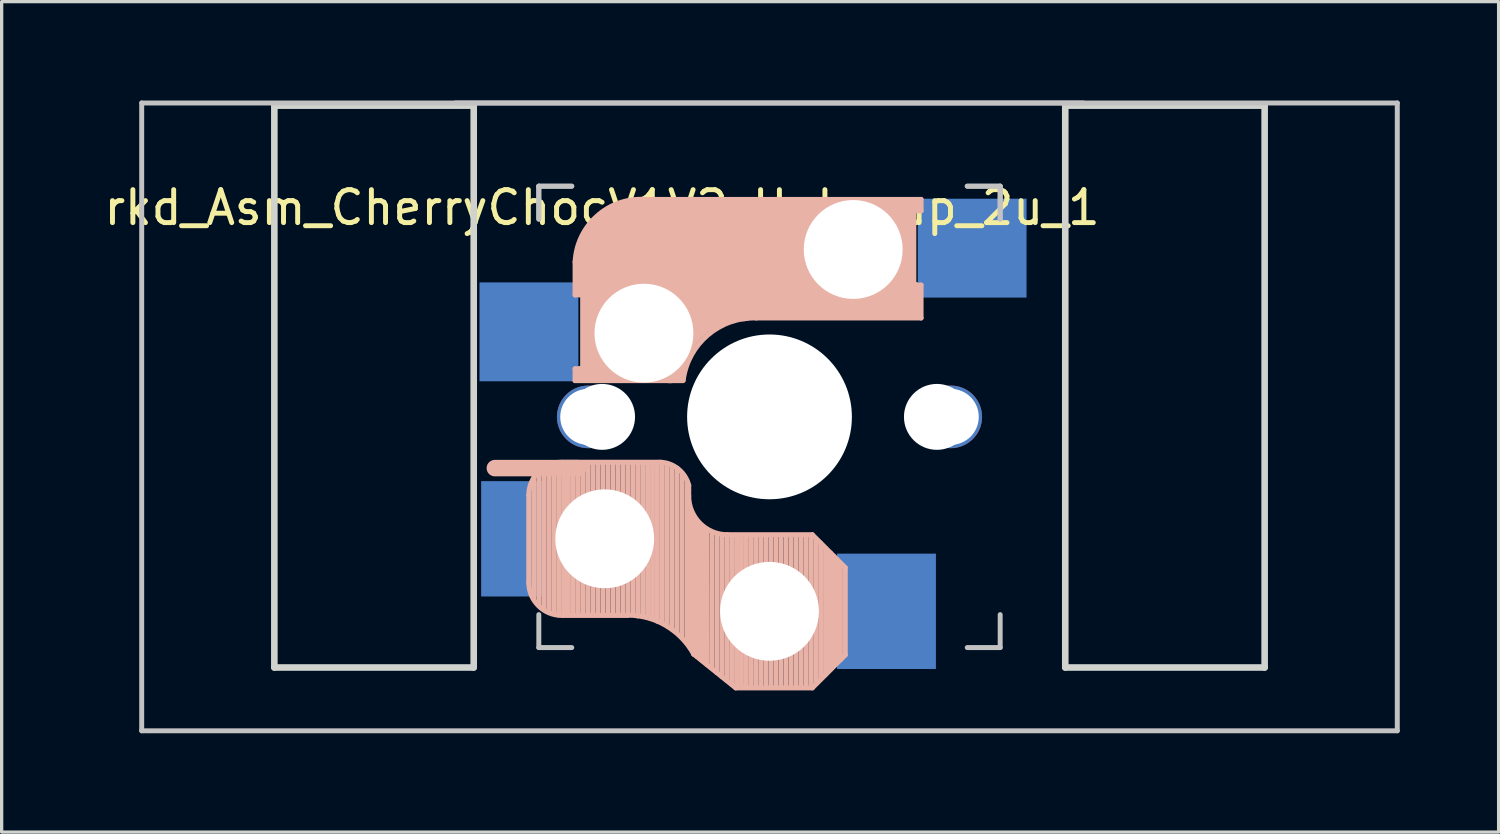
<source format=kicad_pcb>
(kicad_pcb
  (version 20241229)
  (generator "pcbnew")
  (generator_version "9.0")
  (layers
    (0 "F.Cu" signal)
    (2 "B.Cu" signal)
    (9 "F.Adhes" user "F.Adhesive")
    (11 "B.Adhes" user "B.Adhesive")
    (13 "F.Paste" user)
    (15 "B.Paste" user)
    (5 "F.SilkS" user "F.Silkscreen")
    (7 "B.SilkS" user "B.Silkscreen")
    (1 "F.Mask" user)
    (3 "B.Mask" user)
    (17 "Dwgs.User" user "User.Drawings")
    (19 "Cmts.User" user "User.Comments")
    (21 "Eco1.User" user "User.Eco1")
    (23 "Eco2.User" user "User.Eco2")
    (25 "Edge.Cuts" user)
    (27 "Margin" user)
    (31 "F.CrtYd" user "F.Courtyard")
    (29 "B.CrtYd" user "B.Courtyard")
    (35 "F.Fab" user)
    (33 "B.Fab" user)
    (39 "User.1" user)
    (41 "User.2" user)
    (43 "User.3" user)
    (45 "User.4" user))
  (footprint "rkd_Asm_CherryChocV1V2_Hotswap_2u_1"
    (layer "F.Cu")
    (at 20.3 9.6)
    (property "Reference" "rkd_Asm_CherryChocV1V2_Hotswap_2u_1" (at -5.08 -6.35 180) (layer "F.SilkS") (effects (font (size 1 1) (thickness 0.15))))
    (attr through_hole)
    (fp_line (start -7.305 2.375) (end -7.305 5.025) (stroke (width 0.15) (type solid)) (layer "B.SilkS"))
    (fp_line (start -7.15 5.53) (end -7.15 1.85) (stroke (width 0.15) (type solid)) (layer "B.SilkS"))
    (fp_line (start -7 5.7) (end -7 1.73) (stroke (width 0.15) (type solid)) (layer "B.SilkS"))
    (fp_line (start -6.85 5.84) (end -6.85 1.7) (stroke (width 0.15) (type solid)) (layer "B.SilkS"))
    (fp_line (start -6.7 5.92) (end -6.7 1.8) (stroke (width 0.15) (type solid)) (layer "B.SilkS"))
    (fp_line (start -6.55 5.97) (end -6.55 1.65) (stroke (width 0.15) (type solid)) (layer "B.SilkS"))
    (fp_line (start -6.4 6.01) (end -6.4 1.5) (stroke (width 0.15) (type solid)) (layer "B.SilkS"))
    (fp_line (start -6.25 6) (end -6.25 1.4) (stroke (width 0.15) (type solid)) (layer "B.SilkS"))
    (fp_line (start -6.1 6) (end -6.1 1.4) (stroke (width 0.15) (type solid)) (layer "B.SilkS"))
    (fp_line (start -5.95 6) (end -5.95 1.4) (stroke (width 0.15) (type solid)) (layer "B.SilkS"))
    (fp_line (start -5.9 -4.7) (end -5.9 -3.7) (stroke (width 0.15) (type solid)) (layer "B.SilkS"))
    (fp_line (start -5.9 -3.7) (end -5.7 -3.7) (stroke (width 0.15) (type solid)) (layer "B.SilkS"))
    (fp_line (start -5.9 -1.1) (end -5.9 -1.46) (stroke (width 0.15) (type solid)) (layer "B.SilkS"))
    (fp_line (start -5.9 -1.1) (end -2.62 -1.1) (stroke (width 0.15) (type solid)) (layer "B.SilkS"))
    (fp_line (start -5.8 -3.8) (end -5.8 -4.7) (stroke (width 0.3) (type solid)) (layer "B.SilkS"))
    (fp_line (start -5.8 1.555) (end -8.334 1.555) (stroke (width 0.5) (type default)) (layer "B.SilkS"))
    (fp_line (start -5.8 6) (end -5.8 1.4) (stroke (width 0.15) (type solid)) (layer "B.SilkS"))
    (fp_line (start -5.7 -1.46) (end -5.9 -1.46) (stroke (width 0.15) (type solid)) (layer "B.SilkS"))
    (fp_line (start -5.7 -1.3) (end -3 -1.3) (stroke (width 0.5) (type solid)) (layer "B.SilkS"))
    (fp_line (start -5.67 -3.7) (end -5.67 -1.46) (stroke (width 0.15) (type solid)) (layer "B.SilkS"))
    (fp_line (start -5.65 6) (end -5.65 1.4) (stroke (width 0.15) (type solid)) (layer "B.SilkS"))
    (fp_line (start -5.5 6) (end -5.5 1.4) (stroke (width 0.15) (type solid)) (layer "B.SilkS"))
    (fp_line (start -5.35 6) (end -5.35 1.4) (stroke (width 0.15) (type solid)) (layer "B.SilkS"))
    (fp_line (start -5.3 -1.6) (end -5.3 -3.4) (stroke (width 0.8) (type solid)) (layer "B.SilkS"))
    (fp_line (start -5.2 6) (end -5.2 1.4) (stroke (width 0.15) (type solid)) (layer "B.SilkS"))
    (fp_line (start -5.05 6) (end -5.05 1.4) (stroke (width 0.15) (type solid)) (layer "B.SilkS"))
    (fp_line (start -4.9 6) (end -4.9 1.4) (stroke (width 0.15) (type solid)) (layer "B.SilkS"))
    (fp_line (start -4.75 6) (end -4.75 1.4) (stroke (width 0.15) (type solid)) (layer "B.SilkS"))
    (fp_line (start -4.6 6) (end -4.6 1.4) (stroke (width 0.15) (type solid)) (layer "B.SilkS"))
    (fp_line (start -4.45 6) (end -4.45 1.4) (stroke (width 0.15) (type solid)) (layer "B.SilkS"))
    (fp_line (start -4.3 6) (end -4.3 1.4) (stroke (width 0.15) (type solid)) (layer "B.SilkS"))
    (fp_line (start -4.3 6.025) (end -6.275 6.025) (stroke (width 0.15) (type solid)) (layer "B.SilkS"))
    (fp_line (start -4.17 -5.1) (end -4.17 -2.86) (stroke (width 3) (type solid)) (layer "B.SilkS"))
    (fp_line (start -4.15 6) (end -4.15 1.45) (stroke (width 0.15) (type solid)) (layer "B.SilkS"))
    (fp_line (start -4 6.04) (end -4 1.4) (stroke (width 0.15) (type solid)) (layer "B.SilkS"))
    (fp_line (start -3.85 6.05) (end -3.85 1.4) (stroke (width 0.15) (type solid)) (layer "B.SilkS"))
    (fp_line (start -3.7 6.05) (end -3.7 1.45) (stroke (width 0.15) (type solid)) (layer "B.SilkS"))
    (fp_line (start -3.55 6.1) (end -3.55 1.39) (stroke (width 0.15) (type solid)) (layer "B.SilkS"))
    (fp_line (start -3.4 6.2) (end -3.4 1.38) (stroke (width 0.15) (type solid)) (layer "B.SilkS"))
    (fp_line (start -3.311 1.375) (end -6.275 1.375) (stroke (width 0.15) (type solid)) (layer "B.SilkS"))
    (fp_line (start -3.25 6.25) (end -3.25 1.4) (stroke (width 0.15) (type solid)) (layer "B.SilkS"))
    (fp_line (start -3.1 6.35) (end -3.1 1.43) (stroke (width 0.15) (type solid)) (layer "B.SilkS"))
    (fp_line (start -2.95 6.45) (end -2.95 1.48) (stroke (width 0.15) (type solid)) (layer "B.SilkS"))
    (fp_line (start -2.8 6.55) (end -2.8 1.56) (stroke (width 0.15) (type solid)) (layer "B.SilkS"))
    (fp_line (start -2.65 6.7) (end -2.65 1.75) (stroke (width 0.15) (type solid)) (layer "B.SilkS"))
    (fp_line (start -2.5 6.85) (end -2.5 1.95) (stroke (width 0.15) (type solid)) (layer "B.SilkS"))
    (fp_line (start -2.45 2.4) (end -2.45 2.077) (stroke (width 0.15) (type default)) (layer "B.SilkS"))
    (fp_line (start -2.4 7.02) (end -2.4 2.9) (stroke (width 0.15) (type solid)) (layer "B.SilkS"))
    (fp_line (start -2.3 7.2) (end -2.3 3.05) (stroke (width 0.15) (type solid)) (layer "B.SilkS"))
    (fp_line (start -2.3 7.2) (end -1.025 8.225) (stroke (width 0.15) (type solid)) (layer "B.SilkS"))
    (fp_line (start -2.2 7.27) (end -2.2 3.25) (stroke (width 0.15) (type solid)) (layer "B.SilkS"))
    (fp_line (start -2.1 7.35) (end -2.1 3.35) (stroke (width 0.15) (type solid)) (layer "B.SilkS"))
    (fp_line (start -2 7.43) (end -2 3.4) (stroke (width 0.15) (type solid)) (layer "B.SilkS"))
    (fp_line (start -1.89 7.52) (end -1.9 3.45) (stroke (width 0.15) (type solid)) (layer "B.SilkS"))
    (fp_line (start -1.75 7.62) (end -1.75 3.5) (stroke (width 0.15) (type solid)) (layer "B.SilkS"))
    (fp_line (start -1.6 7.76) (end -1.6 3.6) (stroke (width 0.15) (type solid)) (layer "B.SilkS"))
    (fp_line (start -1.45 7.88) (end -1.45 3.6) (stroke (width 0.15) (type solid)) (layer "B.SilkS"))
    (fp_line (start -1.3 7.99) (end -1.3 3.6) (stroke (width 0.15) (type solid)) (layer "B.SilkS"))
    (fp_line (start -1.15 8.11) (end -1.15 3.65) (stroke (width 0.15) (type solid)) (layer "B.SilkS"))
    (fp_line (start -1 8.2) (end -1 3.6) (stroke (width 0.15) (type solid)) (layer "B.SilkS"))
    (fp_line (start -0.85 8.2) (end -0.85 3.6) (stroke (width 0.15) (type solid)) (layer "B.SilkS"))
    (fp_line (start -0.7 8.2) (end -0.7 3.6) (stroke (width 0.15) (type solid)) (layer "B.SilkS"))
    (fp_line (start -0.55 8.2) (end -0.55 3.6) (stroke (width 0.15) (type solid)) (layer "B.SilkS"))
    (fp_line (start -0.4 -3) (end 4.6 -3) (stroke (width 0.15) (type solid)) (layer "B.SilkS"))
    (fp_line (start -0.4 8.2) (end -0.4 3.6) (stroke (width 0.15) (type solid)) (layer "B.SilkS"))
    (fp_line (start -0.25 8.2) (end -0.25 3.6) (stroke (width 0.15) (type solid)) (layer "B.SilkS"))
    (fp_line (start -0.1 8.2) (end -0.1 3.6) (stroke (width 0.15) (type solid)) (layer "B.SilkS"))
    (fp_line (start 0.05 8.2) (end 0.05 3.6) (stroke (width 0.15) (type solid)) (layer "B.SilkS"))
    (fp_line (start 0.2 8.2) (end 0.2 3.6) (stroke (width 0.15) (type solid)) (layer "B.SilkS"))
    (fp_line (start 0.35 8.2) (end 0.35 3.6) (stroke (width 0.15) (type solid)) (layer "B.SilkS"))
    (fp_line (start 0.5 8.2) (end 0.5 3.6) (stroke (width 0.15) (type solid)) (layer "B.SilkS"))
    (fp_line (start 0.65 8.2) (end 0.65 3.6) (stroke (width 0.15) (type solid)) (layer "B.SilkS"))
    (fp_line (start 0.8 8.2) (end 0.8 3.6) (stroke (width 0.15) (type solid)) (layer "B.SilkS"))
    (fp_line (start 0.95 8.2) (end 0.95 3.6) (stroke (width 0.15) (type solid)) (layer "B.SilkS"))
    (fp_line (start 1.1 8.2) (end 1.1 3.6) (stroke (width 0.15) (type solid)) (layer "B.SilkS"))
    (fp_line (start 1.25 8.2) (end 1.25 3.6) (stroke (width 0.15) (type solid)) (layer "B.SilkS"))
    (fp_line (start 1.3 3.575) (end -1.275 3.575) (stroke (width 0.15) (type solid)) (layer "B.SilkS"))
    (fp_line (start 1.3 8.225) (end -1.025 8.225) (stroke (width 0.15) (type solid)) (layer "B.SilkS"))
    (fp_line (start 1.4 8.09) (end 1.4 3.7) (stroke (width 0.15) (type solid)) (layer "B.SilkS"))
    (fp_line (start 1.55 7.95) (end 1.55 3.83) (stroke (width 0.15) (type solid)) (layer "B.SilkS"))
    (fp_line (start 1.7 7.82) (end 1.7 3.99) (stroke (width 0.15) (type solid)) (layer "B.SilkS"))
    (fp_line (start 1.85 7.66) (end 1.85 4.13) (stroke (width 0.15) (type solid)) (layer "B.SilkS"))
    (fp_line (start 1.95 7.56) (end 1.95 4.23) (stroke (width 0.15) (type solid)) (layer "B.SilkS"))
    (fp_line (start 2.05 7.45) (end 2.05 4.33) (stroke (width 0.15) (type solid)) (layer "B.SilkS"))
    (fp_line (start 2.15 7.37) (end 2.15 4.44) (stroke (width 0.15) (type solid)) (layer "B.SilkS"))
    (fp_line (start 2.3 4.575) (end 1.3 3.575) (stroke (width 0.15) (type solid)) (layer "B.SilkS"))
    (fp_line (start 2.3 4.575) (end 2.3 7.225) (stroke (width 0.15) (type solid)) (layer "B.SilkS"))
    (fp_line (start 2.3 7.225) (end 1.3 8.225) (stroke (width 0.15) (type solid)) (layer "B.SilkS"))
    (fp_line (start 2.6 -4.8) (end -4.1 -4.8) (stroke (width 3.5) (type solid)) (layer "B.SilkS"))
    (fp_line (start 3.9 -6) (end 3.9 -3.5) (stroke (width 1) (type solid)) (layer "B.SilkS"))
    (fp_line (start 4.3 -3.3) (end 2.9 -3.3) (stroke (width 0.5) (type solid)) (layer "B.SilkS"))
    (fp_line (start 4.38 -4) (end 4.38 -6.25) (stroke (width 0.15) (type solid)) (layer "B.SilkS"))
    (fp_line (start 4.4 -6.4) (end 3 -6.4) (stroke (width 0.4) (type solid)) (layer "B.SilkS"))
    (fp_line (start 4.4 -6.25) (end 4.6 -6.25) (stroke (width 0.15) (type solid)) (layer "B.SilkS"))
    (fp_line (start 4.4 -3.9) (end 4.4 -3.2) (stroke (width 0.4) (type solid)) (layer "B.SilkS"))
    (fp_line (start 4.6 -6.6) (end -3.8 -6.6) (stroke (width 0.15) (type solid)) (layer "B.SilkS"))
    (fp_line (start 4.6 -6.25) (end 4.6 -6.6) (stroke (width 0.15) (type solid)) (layer "B.SilkS"))
    (fp_line (start 4.6 -4) (end 4.4 -4) (stroke (width 0.15) (type solid)) (layer "B.SilkS"))
    (fp_line (start 4.6 -3) (end 4.6 -4) (stroke (width 0.15) (type solid)) (layer "B.SilkS"))
    (fp_arc (start -7.305 2.375) (mid -7.012107 1.667893) (end -6.305 1.375) (stroke (width 0.15) (type solid)) (layer "B.SilkS"))
    (fp_arc (start -6.305 6.025) (mid -7.012107 5.732107) (end -7.305 5.025) (stroke (width 0.15) (type solid)) (layer "B.SilkS"))
    (fp_arc (start -5.9 -4.699999) (mid -5.243504 -6.084924) (end -3.800001 -6.6) (stroke (width 0.15) (type solid)) (layer "B.SilkS"))
    (fp_arc (start -4.3 6.017458) (mid -3.138277 6.335211) (end -2.3 7.2) (stroke (width 0.15) (type solid)) (layer "B.SilkS"))
    (fp_arc (start -3.311204 1.375) (mid -2.763915 1.58277) (end -2.45 2.076887) (stroke (width 0.15) (type solid)) (layer "B.SilkS"))
    (fp_arc (start -3.016318 -1.521471) (mid -2.268709 -2.886118) (end -0.8 -3.4) (stroke (width 1) (type solid)) (layer "B.SilkS"))
    (fp_arc (start -2.616318 -1.121471) (mid -1.868709 -2.486118) (end -0.4 -3) (stroke (width 0.15) (type solid)) (layer "B.SilkS"))
    (fp_arc (start -1.275 3.575) (mid -2.10585 3.23085) (end -2.45 2.4) (stroke (width 0.15) (type solid)) (layer "B.SilkS"))
    (fp_line (start -19.05 -9.525) (end 19.05 -9.525) (stroke (width 0.15) (type solid)) (layer "Dwgs.User"))
    (fp_line (start -19.05 9.525) (end -19.05 -9.525) (stroke (width 0.15) (type solid)) (layer "Dwgs.User"))
    (fp_line (start -9.525 -9.525) (end 9.525 -9.525) (stroke (width 0.15) (type solid)) (layer "Dwgs.User"))
    (fp_line (start -7 -7) (end -6 -7) (stroke (width 0.15) (type solid)) (layer "Dwgs.User"))
    (fp_line (start -7 -7) (end -6 -7) (stroke (width 0.15) (type solid)) (layer "Dwgs.User"))
    (fp_line (start -7 -6) (end -7 -7) (stroke (width 0.15) (type solid)) (layer "Dwgs.User"))
    (fp_line (start -7 -6) (end -7 -7) (stroke (width 0.15) (type solid)) (layer "Dwgs.User"))
    (fp_line (start -7 7) (end -7 6) (stroke (width 0.15) (type solid)) (layer "Dwgs.User"))
    (fp_line (start -6 7) (end -7 7) (stroke (width 0.15) (type solid)) (layer "Dwgs.User"))
    (fp_line (start 6 7) (end 7 7) (stroke (width 0.15) (type solid)) (layer "Dwgs.User"))
    (fp_line (start 7 -7) (end 6 -7) (stroke (width 0.15) (type solid)) (layer "Dwgs.User"))
    (fp_line (start 7 -7) (end 6 -7) (stroke (width 0.15) (type solid)) (layer "Dwgs.User"))
    (fp_line (start 7 -6) (end 7 -7) (stroke (width 0.15) (type solid)) (layer "Dwgs.User"))
    (fp_line (start 7 -6) (end 7 -7) (stroke (width 0.15) (type solid)) (layer "Dwgs.User"))
    (fp_line (start 7 7) (end 7 6) (stroke (width 0.15) (type solid)) (layer "Dwgs.User"))
    (fp_line (start 19.05 -9.525) (end 19.05 9.525) (stroke (width 0.15) (type solid)) (layer "Dwgs.User"))
    (fp_line (start 19.05 9.525) (end -19.05 9.525) (stroke (width 0.15) (type solid)) (layer "Dwgs.User"))
    (fp_line (start -15.025 -9.445) (end -8.975 -9.445) (stroke (width 0.2) (type solid)) (layer "Edge.Cuts"))
    (fp_line (start -15.025 7.605) (end -15.025 -9.445) (stroke (width 0.2) (type solid)) (layer "Edge.Cuts"))
    (fp_line (start -8.975 -9.445) (end -8.975 7.605) (stroke (width 0.2) (type solid)) (layer "Edge.Cuts"))
    (fp_line (start -8.975 7.605) (end -15.025 7.605) (stroke (width 0.2) (type solid)) (layer "Edge.Cuts"))
    (fp_line (start 8.975 -9.445) (end 8.975 7.605) (stroke (width 0.2) (type solid)) (layer "Edge.Cuts"))
    (fp_line (start 8.975 7.605) (end 15.025 7.605) (stroke (width 0.2) (type solid)) (layer "Edge.Cuts"))
    (fp_line (start 15.025 -9.445) (end 8.975 -9.445) (stroke (width 0.2) (type solid)) (layer "Edge.Cuts"))
    (fp_line (start 15.025 7.605) (end 15.025 -9.445) (stroke (width 0.2) (type solid)) (layer "Edge.Cuts"))
    (pad "" np_thru_hole circle (at -5.5 0) (size 1.9 1.9) (drill 1.7) (layers "*.Cu" "*.Mask"))
    (pad "" np_thru_hole circle (at -5.08 0) (size 2 2) (drill 2) (layers "*.Cu" "*.Mask"))
    (pad "" np_thru_hole circle (at -5 3.7 90) (size 3 3) (drill 3) (layers "*.Cu" "*.Mask"))
    (pad "" np_thru_hole circle (at -3.81 -2.54 180) (size 3 3) (drill 3) (layers "*.Cu" "*.Mask"))
    (pad "" np_thru_hole circle (at 0 0 90) (size 5 5) (drill 5) (layers "*.Cu" "*.Mask"))
    (pad "" np_thru_hole circle (at 0 5.9 90) (size 3 3) (drill 3) (layers "*.Cu" "*.Mask"))
    (pad "" np_thru_hole circle (at 2.54 -5.08 180) (size 3 3) (drill 3) (layers "*.Cu" "*.Mask"))
    (pad "" np_thru_hole circle (at 5.08 0) (size 2 2) (drill 2) (layers "*.Cu" "*.Mask"))
    (pad "" np_thru_hole circle (at 5.5 0) (size 1.9 1.9) (drill 1.7) (layers "*.Cu" "*.Mask"))
    (pad "1" smd rect (at -7.8 3.7 180) (size 1.9 3.5) (layers "B.Cu" "B.Mask" "B.Paste"))
    (pad "1" smd rect (at -6.85 -2.58 180) (size 3 3) (drill (offset 0.45 0)) (layers "B.Cu" "B.Mask" "B.Paste"))
    (pad "2" smd rect (at 3.55 5.9 180) (size 3 3.5) (layers "B.Cu" "B.Mask" "B.Paste"))
    (pad "2" smd rect (at 5.7 -5.12 180) (size 3.3 3) (drill (offset -0.45 0)) (layers "B.Cu" "B.Mask" "B.Paste")))
  (gr_rect
    (start -3 -3)
    (end 42.425 22.2)
    (stroke (width 0.1) (type default))
    (fill no)
    (layer "Edge.Cuts")))
</source>
